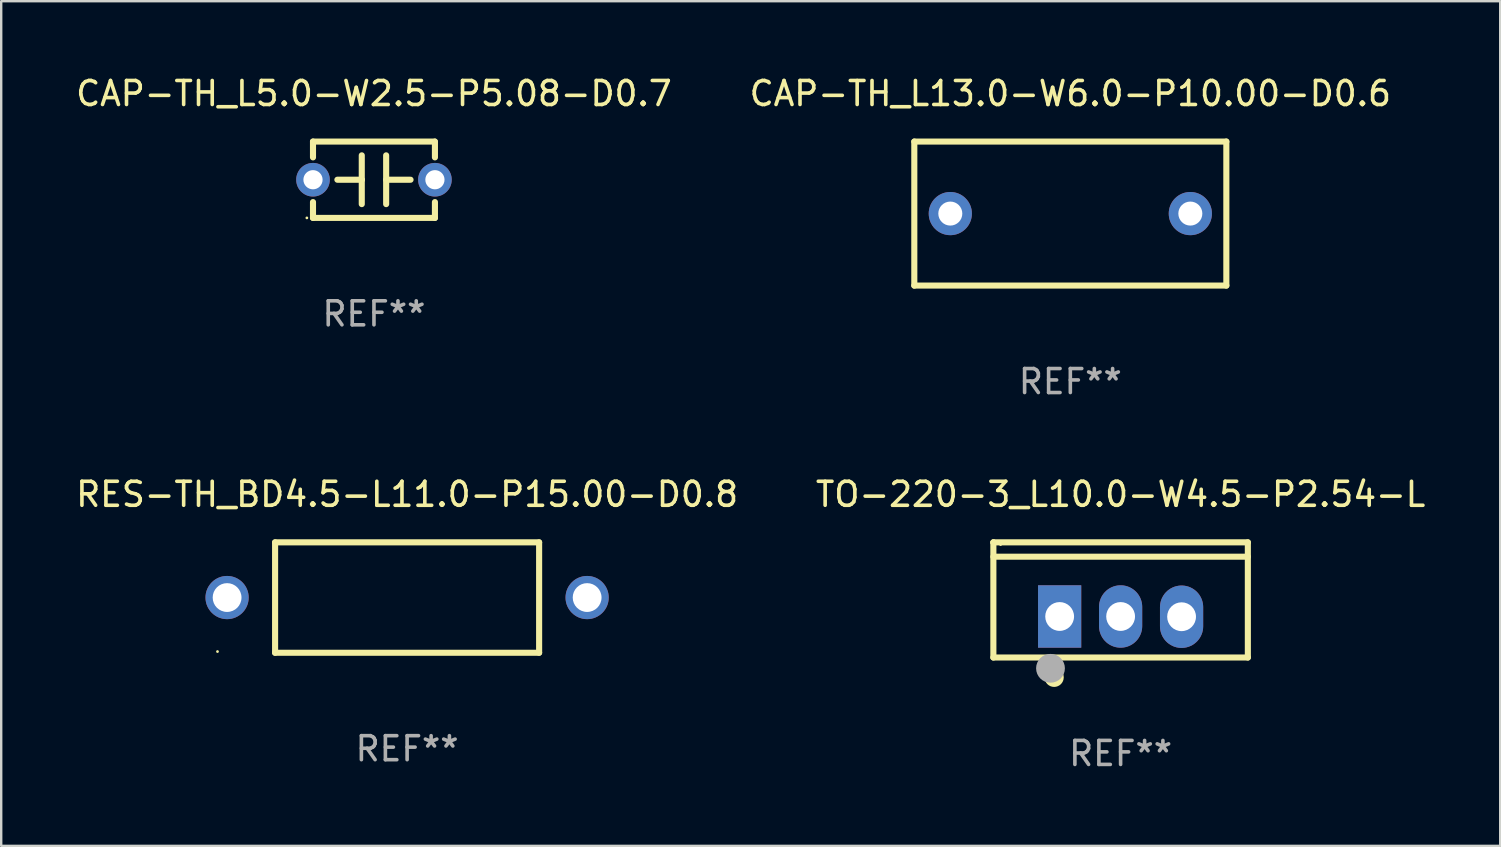
<source format=kicad_pcb>
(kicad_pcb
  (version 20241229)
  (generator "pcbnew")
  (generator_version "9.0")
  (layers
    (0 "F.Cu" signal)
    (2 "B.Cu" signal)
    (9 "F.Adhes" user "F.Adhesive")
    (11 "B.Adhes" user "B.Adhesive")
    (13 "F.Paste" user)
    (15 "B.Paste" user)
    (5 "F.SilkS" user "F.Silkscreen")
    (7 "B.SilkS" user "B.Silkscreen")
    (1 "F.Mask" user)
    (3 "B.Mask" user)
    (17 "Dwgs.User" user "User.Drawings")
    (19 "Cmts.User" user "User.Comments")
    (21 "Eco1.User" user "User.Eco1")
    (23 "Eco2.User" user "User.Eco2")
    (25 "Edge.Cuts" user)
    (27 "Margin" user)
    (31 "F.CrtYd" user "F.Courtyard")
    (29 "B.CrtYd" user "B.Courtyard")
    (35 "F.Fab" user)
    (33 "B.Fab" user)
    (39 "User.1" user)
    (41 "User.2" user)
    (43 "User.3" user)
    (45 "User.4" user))
  (footprint "TO-220-3_L10.0-W4.5-P2.54-L"
    (layer "F.Cu")
    (at 43.637 22.639)
    (property "Reference" "TO-220-3_L10.0-W4.5-P2.54-L" (at -0.000127 -5.094 0) (layer "F.SilkS") (effects (font (size 1 1) (thickness 0.15))))
    (attr through_hole)
    (fp_line (start -5.301 -3.094) (end 5.301 -3.094) (stroke (width 0.254) (type solid)) (layer "F.SilkS"))
    (fp_line (start -5.301 -3.089) (end -5.301 -3.094) (stroke (width 0.254) (type solid)) (layer "F.SilkS"))
    (fp_line (start -5.301 1.704) (end -5.301 -3.089) (stroke (width 0.254) (type solid)) (layer "F.SilkS"))
    (fp_line (start 5.3 -2.495) (end -5.3 -2.495) (stroke (width 0.254) (type solid)) (layer "F.SilkS"))
    (fp_line (start 5.301 -3.094) (end 5.301 1.704) (stroke (width 0.254) (type solid)) (layer "F.SilkS"))
    (fp_line (start 5.301 1.704) (end -5.301 1.704) (stroke (width 0.254) (type solid)) (layer "F.SilkS"))
    (fp_arc (start -2.767564 2.330048) (mid -2.76869 2.730044) (end -2.770392 2.33005) (stroke (width 0.4) (type solid)) (layer "F.SilkS"))
    (fp_circle (center -5 -3) (end -4.97 -3) (stroke (width 0.06) (type solid)) (fill no) (layer "F.SilkS"))
    (fp_circle (center -2.921 2.154) (end -2.621 2.154) (stroke (width 0.6) (type solid)) (fill no) (layer "F.Fab"))
    (fp_text user "REF**" (at -0.000127 5.704 0) (layer "F.Fab") (effects (font (size 1 1) (thickness 0.15))))
    (pad "1" thru_hole rect (at -2.54 -0.005) (size 1.8 2.6) (drill 1.2) (layers "*.Cu" "*.Mask"))
    (pad "2" thru_hole oval (at -0.000127 -0.005) (size 1.8 2.6) (drill 1.2) (layers "*.Cu" "*.Mask"))
    (pad "3" thru_hole oval (at 2.54 0.005) (size 1.8 2.6) (drill 1.2) (layers "*.Cu" "*.Mask")))
  (footprint "CAP-TH_L13.0-W6.0-P10.00-D0.6"
    (layer "F.Cu")
    (at 41.542 5.848)
    (property "Reference" "CAP-TH_L13.0-W6.0-P10.00-D0.6" (at 0.000127 -5 0) (layer "F.SilkS") (effects (font (size 1 1) (thickness 0.15))))
    (attr through_hole)
    (fp_line (start -6.5 -3) (end 6.5 -3) (stroke (width 0.254) (type solid)) (layer "F.SilkS"))
    (fp_line (start -6.5 3) (end -6.5 -3) (stroke (width 0.254) (type solid)) (layer "F.SilkS"))
    (fp_line (start 6.5 -3) (end 6.5 3) (stroke (width 0.254) (type solid)) (layer "F.SilkS"))
    (fp_line (start 6.5 3) (end -6.5 3) (stroke (width 0.254) (type solid)) (layer "F.SilkS"))
    (fp_circle (center -6.5 3) (end -6.47 3) (stroke (width 0.06) (type solid)) (fill no) (layer "F.SilkS"))
    (fp_text user "REF**" (at 0.000127 7 0) (layer "F.Fab") (effects (font (size 1 1) (thickness 0.15))))
    (pad "1" thru_hole circle (at -5 0) (size 1.8 1.8) (drill 1) (layers "*.Cu" "*.Mask"))
    (pad "2" thru_hole circle (at 5 0) (size 1.8 1.8) (drill 1) (layers "*.Cu" "*.Mask")))
  (footprint "CAP-TH_L5.0-W2.5-P5.08-D0.7"
    (layer "F.Cu")
    (at 12.53 4.438)
    (property "Reference" "CAP-TH_L5.0-W2.5-P5.08-D0.7" (at 0 -3.59 0) (layer "F.SilkS") (effects (font (size 1 1) (thickness 0.15))))
    (attr through_hole)
    (fp_line (start -2.54 -1.59) (end 2.53 -1.59) (stroke (width 0.254) (type solid)) (layer "F.SilkS"))
    (fp_line (start -2.54 -0.931) (end -2.54 -1.59) (stroke (width 0.254) (type solid)) (layer "F.SilkS"))
    (fp_line (start -2.54 1.59) (end -2.54 0.931) (stroke (width 0.254) (type solid)) (layer "F.SilkS"))
    (fp_line (start -1.524 0) (end -0.508 0) (stroke (width 0.254) (type solid)) (layer "F.SilkS"))
    (fp_line (start -0.508 0) (end -0.508 -1.016) (stroke (width 0.254) (type solid)) (layer "F.SilkS"))
    (fp_line (start -0.508 0) (end -0.508 1.016) (stroke (width 0.254) (type solid)) (layer "F.SilkS"))
    (fp_line (start 0.508 -1.016) (end 0.508 1.016) (stroke (width 0.254) (type solid)) (layer "F.SilkS"))
    (fp_line (start 1.524 0) (end 0.508 0) (stroke (width 0.254) (type solid)) (layer "F.SilkS"))
    (fp_line (start 2.54 -1.59) (end 2.54 -0.931) (stroke (width 0.254) (type solid)) (layer "F.SilkS"))
    (fp_line (start 2.54 0.931) (end 2.54 1.59) (stroke (width 0.254) (type solid)) (layer "F.SilkS"))
    (fp_line (start 2.54 1.59) (end -2.54 1.59) (stroke (width 0.254) (type solid)) (layer "F.SilkS"))
    (fp_circle (center -2.795 1.59) (end -2.765 1.59) (stroke (width 0.06) (type solid)) (fill no) (layer "F.SilkS"))
    (fp_text user "REF**" (at 0 5.59 0) (layer "F.Fab") (effects (font (size 1 1) (thickness 0.15))))
    (pad "1" thru_hole circle (at -2.54 0) (size 1.4 1.4) (drill 0.8) (layers "*.Cu" "*.Mask"))
    (pad "2" thru_hole circle (at 2.54 0) (size 1.4 1.4) (drill 0.8) (layers "*.Cu" "*.Mask")))
  (footprint "RES-TH_BD4.5-L11.0-P15.00-D0.8"
    (layer "F.Cu")
    (at 13.911 21.845)
    (property "Reference" "RES-TH_BD4.5-L11.0-P15.00-D0.8" (at 0 -4.3 0) (layer "F.SilkS") (effects (font (size 1 1) (thickness 0.15))))
    (attr through_hole)
    (fp_line (start -5.5 -2.3) (end 5.5 -2.3) (stroke (width 0.254) (type solid)) (layer "F.SilkS"))
    (fp_line (start -5.5 2.3) (end -5.5 -2.3) (stroke (width 0.254) (type solid)) (layer "F.SilkS"))
    (fp_line (start 5.5 -2.3) (end 5.5 2.3) (stroke (width 0.254) (type solid)) (layer "F.SilkS"))
    (fp_line (start 5.5 2.3) (end -5.5 2.3) (stroke (width 0.254) (type solid)) (layer "F.SilkS"))
    (fp_circle (center -7.9 2.25) (end -7.87 2.25) (stroke (width 0.06) (type solid)) (fill no) (layer "F.SilkS"))
    (fp_text user "REF**" (at 0 6.3 0) (layer "F.Fab") (effects (font (size 1 1) (thickness 0.15))))
    (pad "1" thru_hole circle (at -7.5 0) (size 1.8 1.8) (drill 1.2) (layers "*.Cu" "*.Mask"))
    (pad "2" thru_hole circle (at 7.5 0) (size 1.8 1.8) (drill 1.2) (layers "*.Cu" "*.Mask")))
  (gr_rect
    (start -3 -3)
    (end 59.452 32.191)
    (stroke (width 0.1) (type default))
    (fill no)
    (layer "Edge.Cuts")))
</source>
